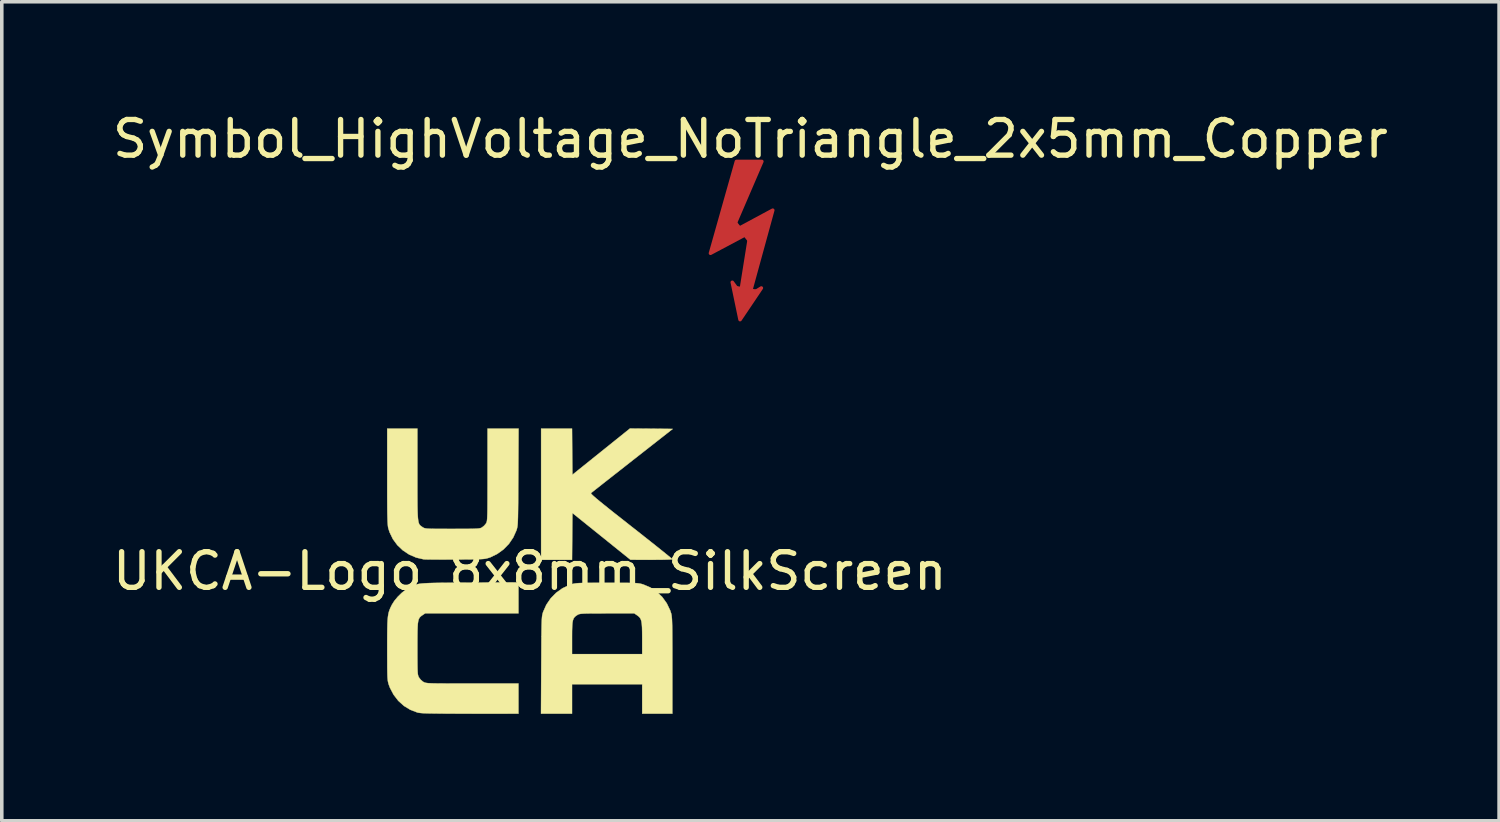
<source format=kicad_pcb>
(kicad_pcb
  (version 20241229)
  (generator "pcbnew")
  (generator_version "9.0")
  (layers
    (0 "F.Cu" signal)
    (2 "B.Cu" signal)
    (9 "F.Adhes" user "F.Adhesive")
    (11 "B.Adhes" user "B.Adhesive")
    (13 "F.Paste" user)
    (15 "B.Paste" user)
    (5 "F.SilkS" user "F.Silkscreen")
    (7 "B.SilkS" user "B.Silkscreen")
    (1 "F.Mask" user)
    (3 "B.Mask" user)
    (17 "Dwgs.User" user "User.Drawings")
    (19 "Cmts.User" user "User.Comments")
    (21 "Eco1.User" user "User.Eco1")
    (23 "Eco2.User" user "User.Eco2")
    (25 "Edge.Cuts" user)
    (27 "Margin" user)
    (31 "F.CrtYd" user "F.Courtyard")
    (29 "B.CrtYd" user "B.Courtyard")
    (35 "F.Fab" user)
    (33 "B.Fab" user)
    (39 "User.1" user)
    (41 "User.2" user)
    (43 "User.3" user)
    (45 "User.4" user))
  (footprint "Symbol_HighVoltage_NoTriangle_2x5mm_Copper"
    (layer "F.Cu")
    (at 18.006 3.848)
    (property "Reference" "Symbol_HighVoltage_NoTriangle_2x5mm_Copper" (at 0 -3 0) (layer "F.SilkS") (effects (font (size 1 1) (thickness 0.15))))
    (attr exclude_from_pos_files exclude_from_bom allow_missing_courtyard)
    (fp_line (start -0.49 -0.65) (end -0.29 -0.4) (stroke (width 0.2) (type default)) (layer "F.Cu"))
    (fp_line (start -0.38 1.23) (end 0.13 1.32) (stroke (width 0.2) (type default)) (layer "F.Cu"))
    (fp_line (start -0.17 -0.405) (end 0.03 -0.155) (stroke (width 0.2) (type default)) (layer "F.Cu"))
    (fp_poly (pts (xy -0.538 -0.374) (xy 0.626 -1) (xy -0.029 1.387) (xy 0.306 1.183) (xy -0.291 2.07) (xy -0.509 1.023) (xy -0.276 1.343) (xy 0 -0.389) (xy -1.121 0.208) (xy -0.393 -2.368) (xy 0.32 -2.368)) (stroke (width 0.1) (type solid)) (fill yes) (layer "F.Cu")))
  (footprint "UKCA-Logo_8x8mm_SilkScreen"
    (layer "F.Cu")
    (at 11.815 12.975)
    (property "Reference" "UKCA-Logo_8x8mm_SilkScreen" (at 0 0 0) (layer "F.SilkS") (effects (font (size 1 1) (thickness 0.15))))
    (attr exclude_from_pos_files exclude_from_bom allow_missing_courtyard)
    (fp_poly (pts (xy 3.41 -3.996) (xy 4.01 -3.99) (xy 2.878 -3.103) (xy 2.686 -2.952) (xy 2.504 -2.809) (xy 2.334 -2.676) (xy 2.179 -2.554) (xy 2.041 -2.446) (xy 1.925 -2.354) (xy 1.831 -2.28) (xy 1.764 -2.227) (xy 1.726 -2.197) (xy 1.718 -2.19) (xy 1.718 -2.181) (xy 1.732 -2.162) (xy 1.762 -2.131) (xy 1.809 -2.089) (xy 1.875 -2.032) (xy 1.963 -1.959) (xy 2.075 -1.868) (xy 2.211 -1.759) (xy 2.375 -1.628) (xy 2.569 -1.476) (xy 2.793 -1.299) (xy 2.845 -1.258) (xy 3.038 -1.107) (xy 3.221 -0.962) (xy 3.391 -0.828) (xy 3.546 -0.705) (xy 3.682 -0.596) (xy 3.798 -0.503) (xy 3.89 -0.428) (xy 3.956 -0.374) (xy 3.993 -0.342) (xy 4 -0.334) (xy 3.98 -0.33) (xy 3.923 -0.326) (xy 3.834 -0.323) (xy 3.719 -0.32) (xy 3.583 -0.319) (xy 3.432 -0.318) (xy 3.413 -0.318) (xy 2.826 -0.319) (xy 2.011 -0.975) (xy 1.196 -1.631) (xy 1.185 -0.318) (xy 0.318 -0.318) (xy 0.318 -4) (xy 1.185 -4) (xy 1.19 -3.352) (xy 1.196 -2.704) (xy 2.003 -3.353) (xy 2.81 -4.001) (xy 3.41 -3.996)) (stroke (width 0.01) (type solid)) (fill yes) (layer "F.SilkS"))
    (fp_poly (pts (xy 2.385 0.328) (xy 2.562 0.329) (xy 2.706 0.329) (xy 2.822 0.331) (xy 2.913 0.334) (xy 2.984 0.337) (xy 3.04 0.342) (xy 3.085 0.349) (xy 3.124 0.357) (xy 3.161 0.367) (xy 3.186 0.375) (xy 3.384 0.459) (xy 3.562 0.578) (xy 3.717 0.727) (xy 3.844 0.904) (xy 3.939 1.102) (xy 3.966 1.184) (xy 3.973 1.212) (xy 3.979 1.246) (xy 3.984 1.291) (xy 3.989 1.349) (xy 3.992 1.423) (xy 3.995 1.518) (xy 3.997 1.635) (xy 3.998 1.779) (xy 3.999 1.953) (xy 4 2.159) (xy 4 2.402) (xy 4 2.65) (xy 4 4) (xy 3.154 4) (xy 3.154 3.175) (xy 1.185 3.175) (xy 1.185 4) (xy 0.315 4) (xy 0.322 2.641) (xy 0.324 2.367) (xy 0.324 2.328) (xy 1.185 2.328) (xy 3.154 2.328) (xy 3.154 1.882) (xy 3.153 1.714) (xy 3.15 1.582) (xy 3.143 1.481) (xy 3.131 1.405) (xy 3.113 1.349) (xy 3.088 1.306) (xy 3.054 1.271) (xy 3.009 1.237) (xy 3.008 1.237) (xy 2.932 1.185) (xy 2.17 1.185) (xy 1.969 1.186) (xy 1.807 1.186) (xy 1.678 1.187) (xy 1.577 1.189) (xy 1.502 1.192) (xy 1.446 1.196) (xy 1.406 1.202) (xy 1.377 1.209) (xy 1.355 1.218) (xy 1.339 1.228) (xy 1.292 1.258) (xy 1.256 1.291) (xy 1.229 1.33) (xy 1.21 1.382) (xy 1.197 1.452) (xy 1.19 1.546) (xy 1.186 1.671) (xy 1.185 1.83) (xy 1.185 1.868) (xy 1.185 2.328) (xy 0.324 2.328) (xy 0.325 2.132) (xy 0.326 1.933) (xy 0.328 1.767) (xy 0.33 1.629) (xy 0.332 1.516) (xy 0.335 1.426) (xy 0.338 1.355) (xy 0.342 1.299) (xy 0.347 1.254) (xy 0.354 1.219) (xy 0.361 1.189) (xy 0.369 1.161) (xy 0.376 1.141) (xy 0.464 0.944) (xy 0.586 0.765) (xy 0.737 0.61) (xy 0.912 0.484) (xy 1.105 0.391) (xy 1.153 0.375) (xy 1.191 0.363) (xy 1.228 0.354) (xy 1.269 0.346) (xy 1.317 0.34) (xy 1.378 0.336) (xy 1.455 0.333) (xy 1.554 0.33) (xy 1.679 0.329) (xy 1.834 0.328) (xy 2.024 0.328) (xy 2.17 0.328) (xy 2.385 0.328)) (stroke (width 0.01) (type solid)) (fill yes) (layer "F.SilkS"))
    (fp_poly (pts (xy -0.318 1.185) (xy -2.936 1.185) (xy -3.008 1.233) (xy -3.045 1.259) (xy -3.074 1.284) (xy -3.098 1.314) (xy -3.117 1.353) (xy -3.131 1.405) (xy -3.141 1.474) (xy -3.147 1.565) (xy -3.151 1.683) (xy -3.153 1.831) (xy -3.154 2.013) (xy -3.154 2.167) (xy -3.154 2.363) (xy -3.153 2.522) (xy -3.152 2.648) (xy -3.15 2.745) (xy -3.147 2.819) (xy -3.143 2.873) (xy -3.137 2.912) (xy -3.129 2.941) (xy -3.119 2.965) (xy -3.109 2.984) (xy -3.06 3.048) (xy -2.996 3.102) (xy -2.984 3.109) (xy -2.967 3.118) (xy -2.949 3.126) (xy -2.926 3.133) (xy -2.895 3.138) (xy -2.853 3.143) (xy -2.797 3.146) (xy -2.722 3.149) (xy -2.627 3.151) (xy -2.507 3.152) (xy -2.359 3.153) (xy -2.18 3.154) (xy -1.967 3.154) (xy -1.716 3.154) (xy -1.611 3.154) (xy -0.318 3.154) (xy -0.318 4) (xy -1.677 3.999) (xy -1.961 3.999) (xy -2.206 3.998) (xy -2.415 3.997) (xy -2.59 3.995) (xy -2.735 3.993) (xy -2.854 3.991) (xy -2.949 3.988) (xy -3.023 3.984) (xy -3.079 3.979) (xy -3.121 3.973) (xy -3.151 3.967) (xy -3.151 3.967) (xy -3.35 3.892) (xy -3.53 3.782) (xy -3.689 3.639) (xy -3.821 3.468) (xy -3.923 3.274) (xy -3.952 3.197) (xy -3.964 3.162) (xy -3.973 3.127) (xy -3.981 3.089) (xy -3.987 3.043) (xy -3.992 2.985) (xy -3.995 2.91) (xy -3.997 2.813) (xy -3.999 2.691) (xy -3.999 2.539) (xy -4 2.352) (xy -4 2.19) (xy -4 1.959) (xy -3.999 1.766) (xy -3.997 1.606) (xy -3.994 1.474) (xy -3.988 1.367) (xy -3.98 1.279) (xy -3.969 1.206) (xy -3.954 1.144) (xy -3.935 1.087) (xy -3.912 1.031) (xy -3.883 0.972) (xy -3.871 0.947) (xy -3.802 0.837) (xy -3.706 0.721) (xy -3.594 0.611) (xy -3.479 0.519) (xy -3.379 0.459) (xy -3.328 0.434) (xy -3.283 0.412) (xy -3.24 0.394) (xy -3.197 0.378) (xy -3.149 0.366) (xy -3.094 0.355) (xy -3.028 0.347) (xy -2.946 0.341) (xy -2.847 0.336) (xy -2.726 0.332) (xy -2.58 0.329) (xy -2.405 0.327) (xy -2.198 0.326) (xy -1.956 0.324) (xy -1.688 0.323) (xy -0.318 0.315) (xy -0.318 1.185)) (stroke (width 0.01) (type solid)) (fill yes) (layer "F.SilkS"))
    (fp_poly (pts (xy -3.154 -2.715) (xy -3.154 -2.439) (xy -3.154 -2.202) (xy -3.153 -2.002) (xy -3.152 -1.834) (xy -3.149 -1.695) (xy -3.145 -1.583) (xy -3.139 -1.494) (xy -3.131 -1.425) (xy -3.121 -1.372) (xy -3.108 -1.332) (xy -3.092 -1.303) (xy -3.073 -1.281) (xy -3.05 -1.262) (xy -3.023 -1.244) (xy -3.008 -1.233) (xy -2.988 -1.221) (xy -2.968 -1.211) (xy -2.942 -1.203) (xy -2.907 -1.197) (xy -2.858 -1.192) (xy -2.79 -1.189) (xy -2.699 -1.187) (xy -2.581 -1.186) (xy -2.43 -1.186) (xy -2.244 -1.185) (xy -2.172 -1.185) (xy -1.971 -1.186) (xy -1.808 -1.186) (xy -1.679 -1.187) (xy -1.578 -1.189) (xy -1.502 -1.192) (xy -1.447 -1.196) (xy -1.406 -1.202) (xy -1.377 -1.209) (xy -1.355 -1.218) (xy -1.339 -1.228) (xy -1.279 -1.276) (xy -1.229 -1.336) (xy -1.228 -1.339) (xy -1.219 -1.354) (xy -1.212 -1.372) (xy -1.205 -1.395) (xy -1.2 -1.428) (xy -1.196 -1.473) (xy -1.193 -1.533) (xy -1.19 -1.613) (xy -1.188 -1.714) (xy -1.187 -1.842) (xy -1.186 -1.997) (xy -1.186 -2.185) (xy -1.185 -2.409) (xy -1.185 -2.671) (xy -1.185 -2.704) (xy -1.185 -4) (xy -0.315 -4) (xy -0.322 -2.641) (xy -0.324 -2.367) (xy -0.325 -2.132) (xy -0.326 -1.933) (xy -0.328 -1.767) (xy -0.33 -1.629) (xy -0.332 -1.516) (xy -0.335 -1.426) (xy -0.338 -1.355) (xy -0.342 -1.299) (xy -0.347 -1.254) (xy -0.354 -1.219) (xy -0.361 -1.189) (xy -0.369 -1.161) (xy -0.376 -1.141) (xy -0.464 -0.945) (xy -0.586 -0.765) (xy -0.738 -0.609) (xy -0.914 -0.482) (xy -1.107 -0.388) (xy -1.141 -0.376) (xy -1.179 -0.365) (xy -1.216 -0.355) (xy -1.257 -0.347) (xy -1.307 -0.341) (xy -1.371 -0.337) (xy -1.453 -0.333) (xy -1.558 -0.331) (xy -1.69 -0.329) (xy -1.855 -0.328) (xy -2.057 -0.326) (xy -2.095 -0.326) (xy -2.28 -0.326) (xy -2.453 -0.325) (xy -2.609 -0.326) (xy -2.744 -0.326) (xy -2.853 -0.327) (xy -2.931 -0.329) (xy -2.971 -0.331) (xy -2.974 -0.331) (xy -3.186 -0.38) (xy -3.384 -0.465) (xy -3.562 -0.583) (xy -3.716 -0.729) (xy -3.841 -0.899) (xy -3.934 -1.091) (xy -3.969 -1.2) (xy -3.976 -1.231) (xy -3.981 -1.272) (xy -3.986 -1.327) (xy -3.99 -1.397) (xy -3.993 -1.487) (xy -3.996 -1.6) (xy -3.998 -1.739) (xy -3.999 -1.907) (xy -4 -2.107) (xy -4 -2.343) (xy -4 -2.617) (xy -4 -2.661) (xy -4 -4) (xy -3.154 -4) (xy -3.154 -2.715)) (stroke (width 0.01) (type solid)) (fill yes) (layer "F.SilkS")))
  (gr_rect
    (start -3 -3)
    (end 39.012 19.98)
    (stroke (width 0.1) (type default))
    (fill no)
    (layer "Edge.Cuts")))
</source>
